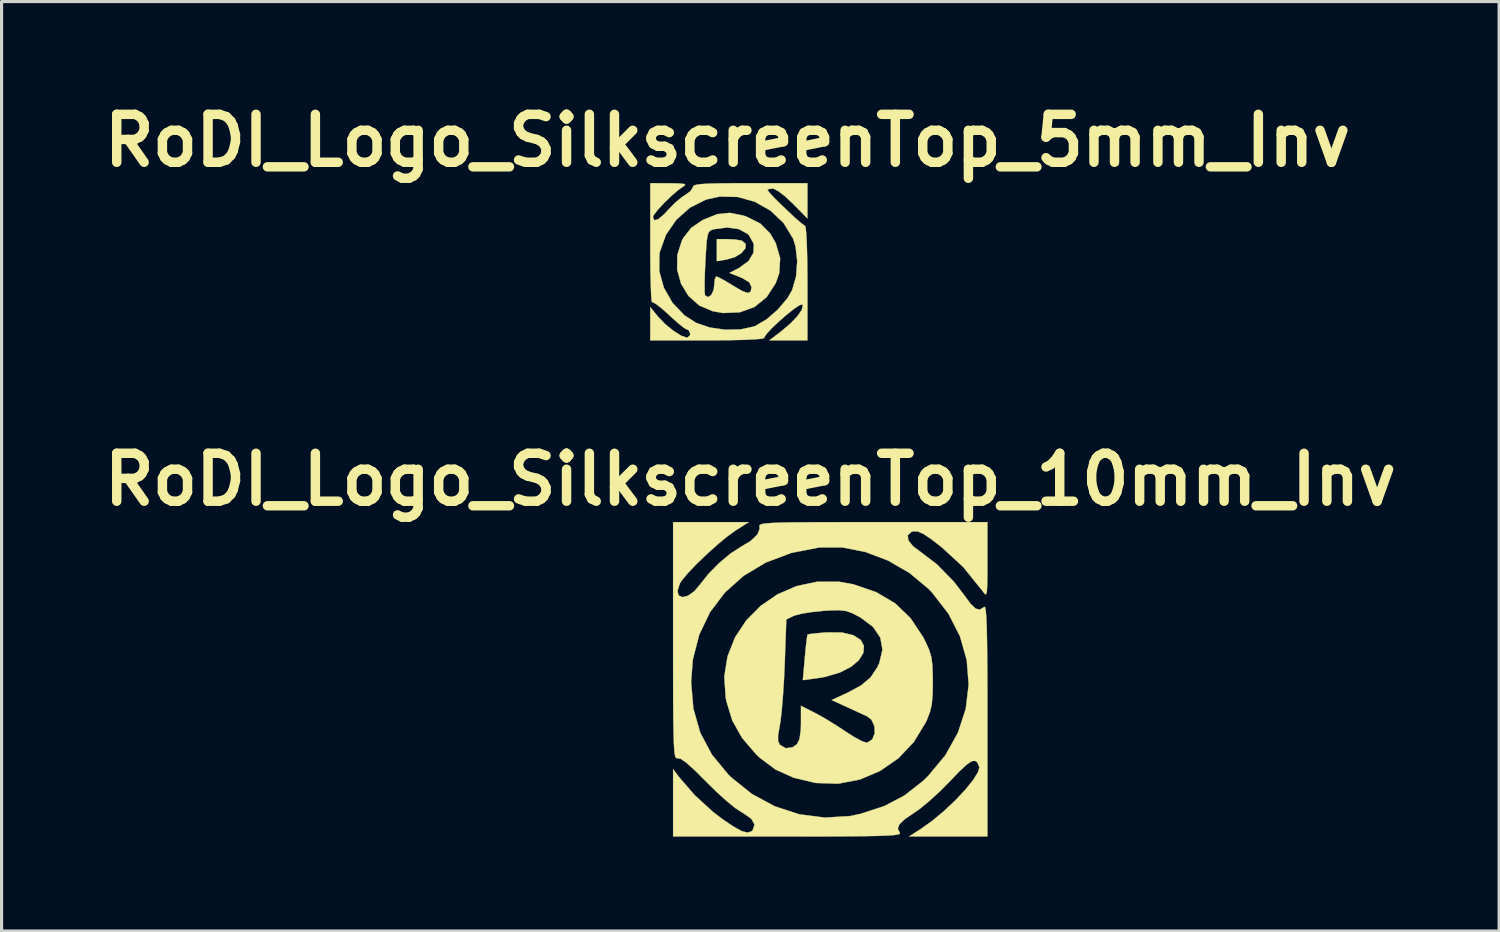
<source format=kicad_pcb>
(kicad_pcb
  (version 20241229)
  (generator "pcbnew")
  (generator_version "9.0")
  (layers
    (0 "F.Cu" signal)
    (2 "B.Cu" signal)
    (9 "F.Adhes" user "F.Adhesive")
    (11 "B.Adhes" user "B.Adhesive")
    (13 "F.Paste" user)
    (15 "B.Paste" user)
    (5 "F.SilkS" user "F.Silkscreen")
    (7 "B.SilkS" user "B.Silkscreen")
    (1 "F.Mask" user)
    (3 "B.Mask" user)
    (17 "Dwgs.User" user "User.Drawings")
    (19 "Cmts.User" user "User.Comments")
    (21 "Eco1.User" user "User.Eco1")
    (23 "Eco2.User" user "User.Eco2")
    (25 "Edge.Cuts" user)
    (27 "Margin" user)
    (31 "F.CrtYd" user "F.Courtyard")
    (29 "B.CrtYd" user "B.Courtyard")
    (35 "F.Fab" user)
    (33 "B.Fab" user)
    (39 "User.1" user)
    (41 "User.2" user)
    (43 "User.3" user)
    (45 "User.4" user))
  (footprint "RoDI_Logo_SilkscreenTop_5mm_Inv"
    (layer "F.Cu")
    (at 20.073 5.228)
    (property "Reference" "RoDI_Logo_SilkscreenTop_5mm_Inv" (at 0 -3.81 0) (layer "F.SilkS") (effects (font (size 1.524 1.524) (thickness 0.3))))
    (attr through_hole)
    (fp_poly (pts (xy 0.244 -0.665) (xy 0.436 -0.633) (xy 0.459 -0.626) (xy 0.58 -0.523) (xy 0.567 -0.384) (xy 0.445 -0.236) (xy 0.236 -0.107) (xy -0.032 -0.028) (xy -0.339 0.022) (xy -0.339 -0.677) (xy -0.007 -0.677) (xy 0.244 -0.665)) (stroke (width 0.01) (type solid)) (fill yes) (layer "F.SilkS"))
    (fp_poly (pts (xy 0.489 -1.431) (xy 0.601 -1.394) (xy 1.04 -1.174) (xy 1.361 -0.852) (xy 1.533 -0.55) (xy 1.673 -0.072) (xy 1.644 0.403) (xy 1.533 0.72) (xy 1.243 1.167) (xy 0.858 1.478) (xy 0.391 1.648) (xy -0.143 1.67) (xy -0.467 1.615) (xy -0.898 1.432) (xy -1.238 1.13) (xy -1.453 0.779) (xy -0.729 0.779) (xy -0.727 1.012) (xy -0.714 1.109) (xy -0.618 1.166) (xy -0.515 1.096) (xy -0.44 0.935) (xy -0.423 0.795) (xy -0.406 0.603) (xy -0.363 0.51) (xy -0.356 0.508) (xy -0.254 0.55) (xy -0.056 0.66) (xy 0.171 0.798) (xy 0.46 0.967) (xy 0.64 1.034) (xy 0.733 0.999) (xy 0.762 0.864) (xy 0.762 0.841) (xy 0.692 0.695) (xy 0.472 0.561) (xy 0.412 0.536) (xy 0.062 0.396) (xy 0.367 0.24) (xy 0.667 0.02) (xy 0.825 -0.243) (xy 0.836 -0.522) (xy 0.691 -0.789) (xy 0.639 -0.843) (xy 0.362 -0.996) (xy -0.01 -1.048) (xy -0.43 -0.993) (xy -0.431 -0.992) (xy -0.525 -0.962) (xy -0.59 -0.908) (xy -0.632 -0.802) (xy -0.661 -0.612) (xy -0.684 -0.308) (xy -0.704 0.053) (xy -0.722 0.447) (xy -0.729 0.779) (xy -1.453 0.779) (xy -1.476 0.741) (xy -1.6 0.297) (xy -1.596 -0.17) (xy -1.451 -0.628) (xy -1.398 -0.725) (xy -1.154 -1.034) (xy -0.806 -1.274) (xy -0.747 -1.304) (xy -0.319 -1.473) (xy 0.07 -1.513) (xy 0.489 -1.431)) (stroke (width 0.01) (type solid)) (fill yes) (layer "F.SilkS"))
    (fp_poly (pts (xy 2.54 -1.336) (xy 2.073 -1.811) (xy 1.83 -2.037) (xy 1.611 -2.205) (xy 1.457 -2.284) (xy 1.438 -2.286) (xy 1.301 -2.268) (xy 1.27 -2.243) (xy 1.328 -2.161) (xy 1.478 -1.999) (xy 1.689 -1.789) (xy 1.925 -1.562) (xy 2.153 -1.351) (xy 2.34 -1.188) (xy 2.452 -1.105) (xy 2.466 -1.101) (xy 2.487 -1.02) (xy 2.507 -0.795) (xy 2.523 -0.449) (xy 2.534 -0.007) (xy 2.539 0.507) (xy 2.54 0.72) (xy 2.54 2.54) (xy 1.33 2.54) (xy 1.717 2.245) (xy 2 2.004) (xy 2.222 1.771) (xy 2.361 1.571) (xy 2.396 1.433) (xy 2.371 1.397) (xy 2.277 1.428) (xy 2.1 1.549) (xy 1.873 1.731) (xy 1.632 1.942) (xy 1.411 2.152) (xy 1.244 2.331) (xy 1.165 2.448) (xy 1.164 2.466) (xy 1.09 2.488) (xy 0.87 2.507) (xy 0.528 2.523) (xy 0.088 2.534) (xy -0.427 2.54) (xy -0.635 2.54) (xy -2.455 2.54) (xy -2.455 1.485) (xy -2.2 1.795) (xy -1.977 2.026) (xy -1.718 2.236) (xy -1.473 2.391) (xy -1.289 2.455) (xy -1.281 2.455) (xy -1.196 2.387) (xy -1.185 2.328) (xy -1.234 2.216) (xy -1.276 2.201) (xy -1.377 2.146) (xy -1.561 2.001) (xy -1.795 1.793) (xy -1.855 1.736) (xy -2.089 1.526) (xy -2.277 1.38) (xy -2.387 1.323) (xy -2.399 1.327) (xy -2.415 1.263) (xy -2.429 1.052) (xy -2.441 0.718) (xy -2.449 0.34) (xy -2.169 0.34) (xy -2.024 0.864) (xy -1.751 1.344) (xy -1.368 1.744) (xy -1.002 1.981) (xy -0.572 2.13) (xy -0.075 2.202) (xy 0.419 2.192) (xy 0.844 2.098) (xy 0.882 2.083) (xy 1.243 1.87) (xy 1.603 1.558) (xy 1.904 1.201) (xy 2.055 0.941) (xy 2.179 0.512) (xy 2.216 0.026) (xy 2.164 -0.441) (xy 2.084 -0.695) (xy 1.783 -1.189) (xy 1.369 -1.583) (xy 0.872 -1.864) (xy 0.324 -2.018) (xy -0.246 -2.031) (xy -0.686 -1.934) (xy -1.197 -1.676) (xy -1.63 -1.291) (xy -1.957 -0.814) (xy -2.149 -0.279) (xy -2.165 -0.192) (xy -2.169 0.34) (xy -2.449 0.34) (xy -2.45 0.283) (xy -2.455 -0.23) (xy -2.455 -0.536) (xy -2.455 -2.455) (xy -1.841 -2.453) (xy -1.533 -2.447) (xy -1.373 -2.43) (xy -1.343 -2.397) (xy -1.397 -2.357) (xy -1.571 -2.235) (xy -1.789 -2.046) (xy -2.014 -1.828) (xy -2.21 -1.617) (xy -2.34 -1.45) (xy -2.371 -1.379) (xy -2.326 -1.277) (xy -2.202 -1.31) (xy -2.01 -1.472) (xy -1.883 -1.611) (xy -1.664 -1.836) (xy -1.439 -2.021) (xy -1.346 -2.079) (xy -1.176 -2.201) (xy -1.101 -2.325) (xy -1.101 -2.331) (xy -1.079 -2.372) (xy -1.002 -2.404) (xy -0.849 -2.426) (xy -0.6 -2.442) (xy -0.235 -2.45) (xy 0.264 -2.455) (xy 0.72 -2.455) (xy 2.54 -2.455) (xy 2.54 -1.336)) (stroke (width 0.01) (type solid)) (fill yes) (layer "F.SilkS")))
  (footprint "RoDI_Logo_SilkscreenTop_10mm_Inv"
    (layer "F.Cu")
    (at 23.339 18.541)
    (property "Reference" "RoDI_Logo_SilkscreenTop_10mm_Inv" (at -2.54 -6.35 0) (layer "F.SilkS") (effects (font (size 1.524 1.524) (thickness 0.3))))
    (attr through_hole)
    (fp_poly (pts (xy 0.376 -1.487) (xy 0.736 -1.401) (xy 0.965 -1.253) (xy 1.07 -1.061) (xy 1.052 -0.842) (xy 0.916 -0.616) (xy 0.666 -0.401) (xy 0.305 -0.216) (xy -0.162 -0.078) (xy -0.414 -0.035) (xy -0.871 0.025) (xy -0.809 -0.686) (xy -0.778 -1.013) (xy -0.749 -1.267) (xy -0.727 -1.407) (xy -0.722 -1.422) (xy -0.632 -1.441) (xy -0.418 -1.465) (xy -0.127 -1.491) (xy -0.116 -1.491) (xy 0.376 -1.487)) (stroke (width 0.01) (type solid)) (fill yes) (layer "F.SilkS"))
    (fp_poly (pts (xy 0.273 -3.102) (xy 0.741 -3.018) (xy 1.464 -2.768) (xy 2.062 -2.415) (xy 2.551 -1.945) (xy 2.951 -1.342) (xy 3.026 -1.196) (xy 3.14 -0.943) (xy 3.21 -0.714) (xy 3.246 -0.454) (xy 3.259 -0.104) (xy 3.26 0.085) (xy 3.253 0.495) (xy 3.226 0.794) (xy 3.169 1.039) (xy 3.072 1.289) (xy 3.033 1.373) (xy 2.656 1.992) (xy 2.165 2.51) (xy 1.584 2.912) (xy 0.938 3.186) (xy 0.252 3.318) (xy -0.451 3.295) (xy -0.479 3.291) (xy -1.164 3.128) (xy -1.74 2.868) (xy -2.245 2.49) (xy -2.357 2.383) (xy -2.722 1.958) (xy -1.659 1.958) (xy -1.608 2.075) (xy -1.605 2.079) (xy -1.417 2.19) (xy -1.197 2.161) (xy -1.064 2.068) (xy -0.979 1.905) (xy -0.937 1.617) (xy -0.931 1.39) (xy -0.931 0.844) (xy -0.487 1.067) (xy -0.184 1.234) (xy 0.175 1.453) (xy 0.497 1.666) (xy 0.771 1.842) (xy 1.006 1.966) (xy 1.157 2.015) (xy 1.173 2.014) (xy 1.335 1.911) (xy 1.412 1.717) (xy 1.404 1.49) (xy 1.31 1.286) (xy 1.18 1.181) (xy 1.043 1.117) (xy 0.806 1.008) (xy 0.551 0.891) (xy 0.044 0.659) (xy 0.551 0.426) (xy 0.981 0.194) (xy 1.282 -0.062) (xy 1.495 -0.381) (xy 1.561 -0.525) (xy 1.659 -0.941) (xy 1.592 -1.322) (xy 1.363 -1.662) (xy 0.974 -1.957) (xy 0.918 -1.989) (xy 0.69 -2.105) (xy 0.501 -2.171) (xy 0.291 -2.196) (xy 0.004 -2.19) (xy -0.225 -2.175) (xy -0.586 -2.138) (xy -0.908 -2.086) (xy -1.132 -2.028) (xy -1.165 -2.014) (xy -1.397 -1.903) (xy -1.449 -0.465) (xy -1.473 0.055) (xy -1.506 0.554) (xy -1.543 0.993) (xy -1.582 1.329) (xy -1.604 1.465) (xy -1.658 1.77) (xy -1.659 1.958) (xy -2.722 1.958) (xy -2.805 1.861) (xy -3.112 1.314) (xy -3.302 0.694) (xy -3.322 0.595) (xy -3.369 -0.085) (xy -3.264 -0.733) (xy -3.026 -1.334) (xy -2.67 -1.873) (xy -2.213 -2.334) (xy -1.674 -2.703) (xy -1.068 -2.964) (xy -0.414 -3.102) (xy 0.273 -3.102)) (stroke (width 0.01) (type solid)) (fill yes) (layer "F.SilkS"))
    (fp_poly (pts (xy -3.01 -4.73) (xy -3.271 -4.542) (xy -3.586 -4.281) (xy -3.921 -3.98) (xy -4.243 -3.671) (xy -4.518 -3.384) (xy -4.713 -3.151) (xy -4.78 -3.048) (xy -4.856 -2.81) (xy -4.818 -2.664) (xy -4.695 -2.612) (xy -4.517 -2.657) (xy -4.316 -2.803) (xy -4.162 -2.986) (xy -3.879 -3.342) (xy -3.532 -3.694) (xy -3.174 -3.996) (xy -2.867 -4.194) (xy -2.527 -4.4) (xy -2.313 -4.606) (xy -2.241 -4.794) (xy -2.249 -4.841) (xy -2.254 -4.879) (xy -2.234 -4.909) (xy -2.174 -4.934) (xy -2.06 -4.954) (xy -1.877 -4.968) (xy -1.611 -4.979) (xy -1.246 -4.987) (xy -0.768 -4.991) (xy -0.163 -4.994) (xy 0.584 -4.995) (xy 1.349 -4.995) (xy 4.995 -4.995) (xy 4.995 -3.789) (xy 4.994 -3.318) (xy 4.989 -2.995) (xy 4.978 -2.799) (xy 4.956 -2.709) (xy 4.921 -2.705) (xy 4.871 -2.765) (xy 4.847 -2.799) (xy 4.227 -3.568) (xy 3.558 -4.183) (xy 3.216 -4.451) (xy 2.969 -4.617) (xy 2.789 -4.697) (xy 2.648 -4.706) (xy 2.582 -4.687) (xy 2.462 -4.578) (xy 2.482 -4.417) (xy 2.631 -4.23) (xy 2.804 -4.1) (xy 3.386 -3.658) (xy 3.926 -3.108) (xy 4.248 -2.688) (xy 4.461 -2.398) (xy 4.623 -2.245) (xy 4.756 -2.215) (xy 4.885 -2.295) (xy 4.894 -2.303) (xy 4.919 -2.293) (xy 4.94 -2.2) (xy 4.957 -2.012) (xy 4.971 -1.719) (xy 4.981 -1.309) (xy 4.988 -0.77) (xy 4.993 -0.091) (xy 4.995 0.739) (xy 4.995 1.295) (xy 4.995 4.995) (xy 2.507 4.995) (xy 2.883 4.753) (xy 3.249 4.492) (xy 3.622 4.18) (xy 3.978 3.844) (xy 4.293 3.509) (xy 4.541 3.201) (xy 4.698 2.946) (xy 4.741 2.795) (xy 4.672 2.638) (xy 4.6 2.589) (xy 4.495 2.603) (xy 4.331 2.715) (xy 4.092 2.938) (xy 3.806 3.236) (xy 3.487 3.559) (xy 3.149 3.868) (xy 2.842 4.12) (xy 2.68 4.233) (xy 2.367 4.446) (xy 2.195 4.611) (xy 2.148 4.75) (xy 2.21 4.879) (xy 2.213 4.908) (xy 2.16 4.931) (xy 2.038 4.95) (xy 1.833 4.965) (xy 1.533 4.977) (xy 1.123 4.985) (xy 0.591 4.991) (xy -0.078 4.994) (xy -0.895 4.995) (xy -1.344 4.995) (xy -4.995 4.995) (xy -4.995 2.856) (xy -4.812 3.1) (xy -4.313 3.678) (xy -3.724 4.217) (xy -3.429 4.442) (xy -3.064 4.689) (xy -2.802 4.83) (xy -2.62 4.873) (xy -2.495 4.827) (xy -2.466 4.796) (xy -2.406 4.617) (xy -2.51 4.432) (xy -2.777 4.245) (xy -2.826 4.22) (xy -3.019 4.092) (xy -3.292 3.869) (xy -3.608 3.584) (xy -3.933 3.265) (xy -3.948 3.249) (xy -4.309 2.889) (xy -4.574 2.651) (xy -4.754 2.526) (xy -4.858 2.506) (xy -4.891 2.507) (xy -4.918 2.473) (xy -4.94 2.391) (xy -4.958 2.245) (xy -4.971 2.023) (xy -4.981 1.709) (xy -4.988 1.289) (xy -4.992 0.75) (xy -4.994 0.084) (xy -4.423 0.084) (xy -4.351 0.932) (xy -4.132 1.699) (xy -3.761 2.396) (xy -3.234 3.034) (xy -3.158 3.109) (xy -2.496 3.641) (xy -1.761 4.038) (xy -0.979 4.292) (xy -0.172 4.396) (xy 0.635 4.345) (xy 0.977 4.272) (xy 1.725 4.026) (xy 2.363 3.69) (xy 2.939 3.238) (xy 3.109 3.075) (xy 3.661 2.41) (xy 4.06 1.692) (xy 4.306 0.939) (xy 4.399 0.167) (xy 4.338 -0.606) (xy 4.124 -1.363) (xy 3.756 -2.086) (xy 3.235 -2.758) (xy 3.116 -2.882) (xy 2.518 -3.38) (xy 1.839 -3.773) (xy 1.114 -4.049) (xy 0.378 -4.193) (xy -0.333 -4.193) (xy -0.339 -4.193) (xy -1.238 -4.017) (xy -2.046 -3.713) (xy -2.753 -3.291) (xy -3.348 -2.76) (xy -3.823 -2.132) (xy -4.166 -1.416) (xy -4.369 -0.624) (xy -4.423 0.084) (xy -4.994 0.084) (xy -4.994 0.077) (xy -4.995 -0.744) (xy -4.995 -1.219) (xy -4.995 -4.995) (xy -2.592 -4.995) (xy -3.01 -4.73)) (stroke (width 0.01) (type solid)) (fill yes) (layer "F.SilkS")))
  (gr_rect
    (start -3 -3)
    (end 44.598 26.541)
    (stroke (width 0.1) (type default))
    (fill no)
    (layer "Edge.Cuts")))
</source>
